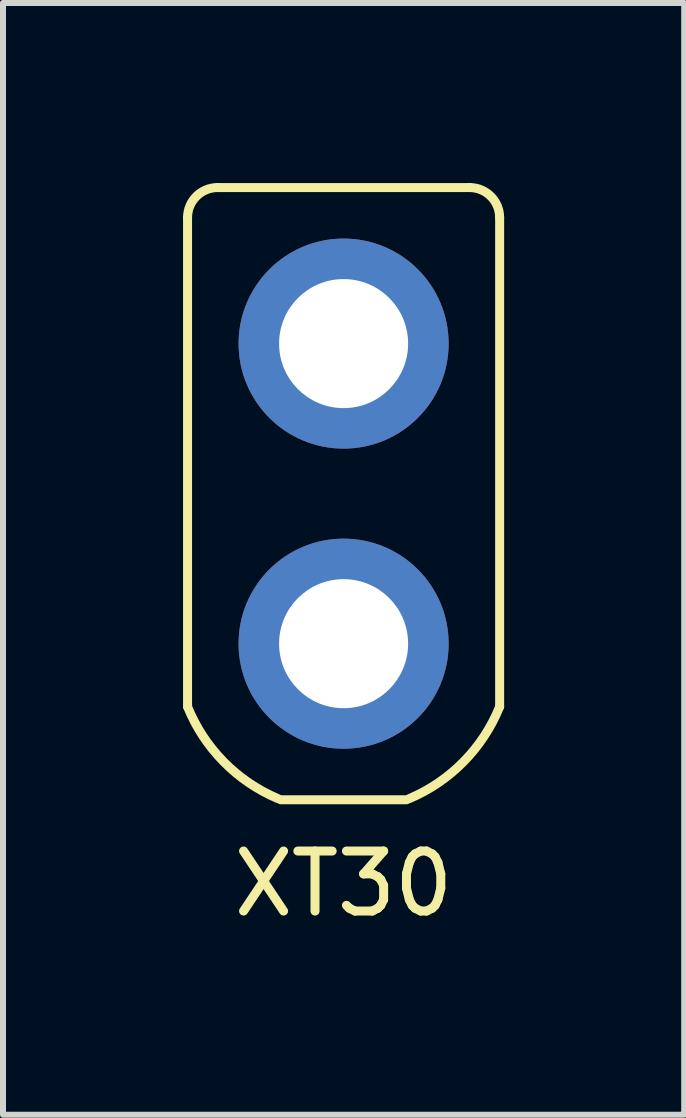
<source format=kicad_pcb>
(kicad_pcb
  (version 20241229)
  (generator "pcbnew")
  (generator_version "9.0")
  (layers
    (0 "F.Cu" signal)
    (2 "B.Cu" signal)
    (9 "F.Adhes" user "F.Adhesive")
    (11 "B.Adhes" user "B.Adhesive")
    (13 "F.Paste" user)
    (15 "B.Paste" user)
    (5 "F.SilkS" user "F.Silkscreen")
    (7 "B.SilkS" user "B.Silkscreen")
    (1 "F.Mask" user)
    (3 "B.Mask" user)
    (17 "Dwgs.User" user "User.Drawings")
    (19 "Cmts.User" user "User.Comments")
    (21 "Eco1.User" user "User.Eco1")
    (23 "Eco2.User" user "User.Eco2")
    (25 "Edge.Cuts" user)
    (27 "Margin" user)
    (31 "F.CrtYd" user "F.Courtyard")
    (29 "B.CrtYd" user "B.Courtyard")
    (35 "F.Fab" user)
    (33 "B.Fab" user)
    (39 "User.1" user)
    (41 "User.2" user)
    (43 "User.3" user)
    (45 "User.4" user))
  (footprint "XT30"
    (layer "F.Cu")
    (at 2.675 5.175)
    (property "Reference" "XT30" (at 0 6.5 0) (layer "F.SilkS") (effects (font (size 1 1) (thickness 0.15))))
    (attr through_hole)
    (fp_line (start -2.6 -4.6) (end -2.6 3.55) (stroke (width 0.15) (type solid)) (layer "F.SilkS"))
    (fp_line (start -2.1 -5.1) (end 2.1 -5.1) (stroke (width 0.15) (type solid)) (layer "F.SilkS"))
    (fp_line (start -1.05 5.1) (end 1.05 5.1) (stroke (width 0.15) (type solid)) (layer "F.SilkS"))
    (fp_line (start 2.6 -4.6) (end 2.6 3.55) (stroke (width 0.15) (type solid)) (layer "F.SilkS"))
    (fp_arc (start -2.6 -4.6) (mid -2.453553 -4.953553) (end -2.1 -5.1) (stroke (width 0.15) (type solid)) (layer "F.SilkS"))
    (fp_arc (start -1.096016 5.08094) (mid -2.00027 4.465051) (end -2.6 3.55) (stroke (width 0.15) (type solid)) (layer "F.SilkS"))
    (fp_arc (start 2.1 -5.1) (mid 2.453553 -4.953553) (end 2.6 -4.6) (stroke (width 0.15) (type solid)) (layer "F.SilkS"))
    (fp_arc (start 2.6 3.55) (mid 2.000269 4.46505) (end 1.096016 5.08094) (stroke (width 0.15) (type solid)) (layer "F.SilkS"))
    (pad "1" thru_hole circle (at 0 2.5) (size 3.5 3.5) (drill 2.15) (layers "*.Cu" "*.Mask"))
    (pad "2" thru_hole circle (at 0 -2.5) (size 3.5 3.5) (drill 2.15) (layers "*.Cu" "*.Mask")))
  (gr_rect
    (start -3 -3)
    (end 8.35 15.523)
    (stroke (width 0.1) (type default))
    (fill no)
    (layer "Edge.Cuts")))
</source>
